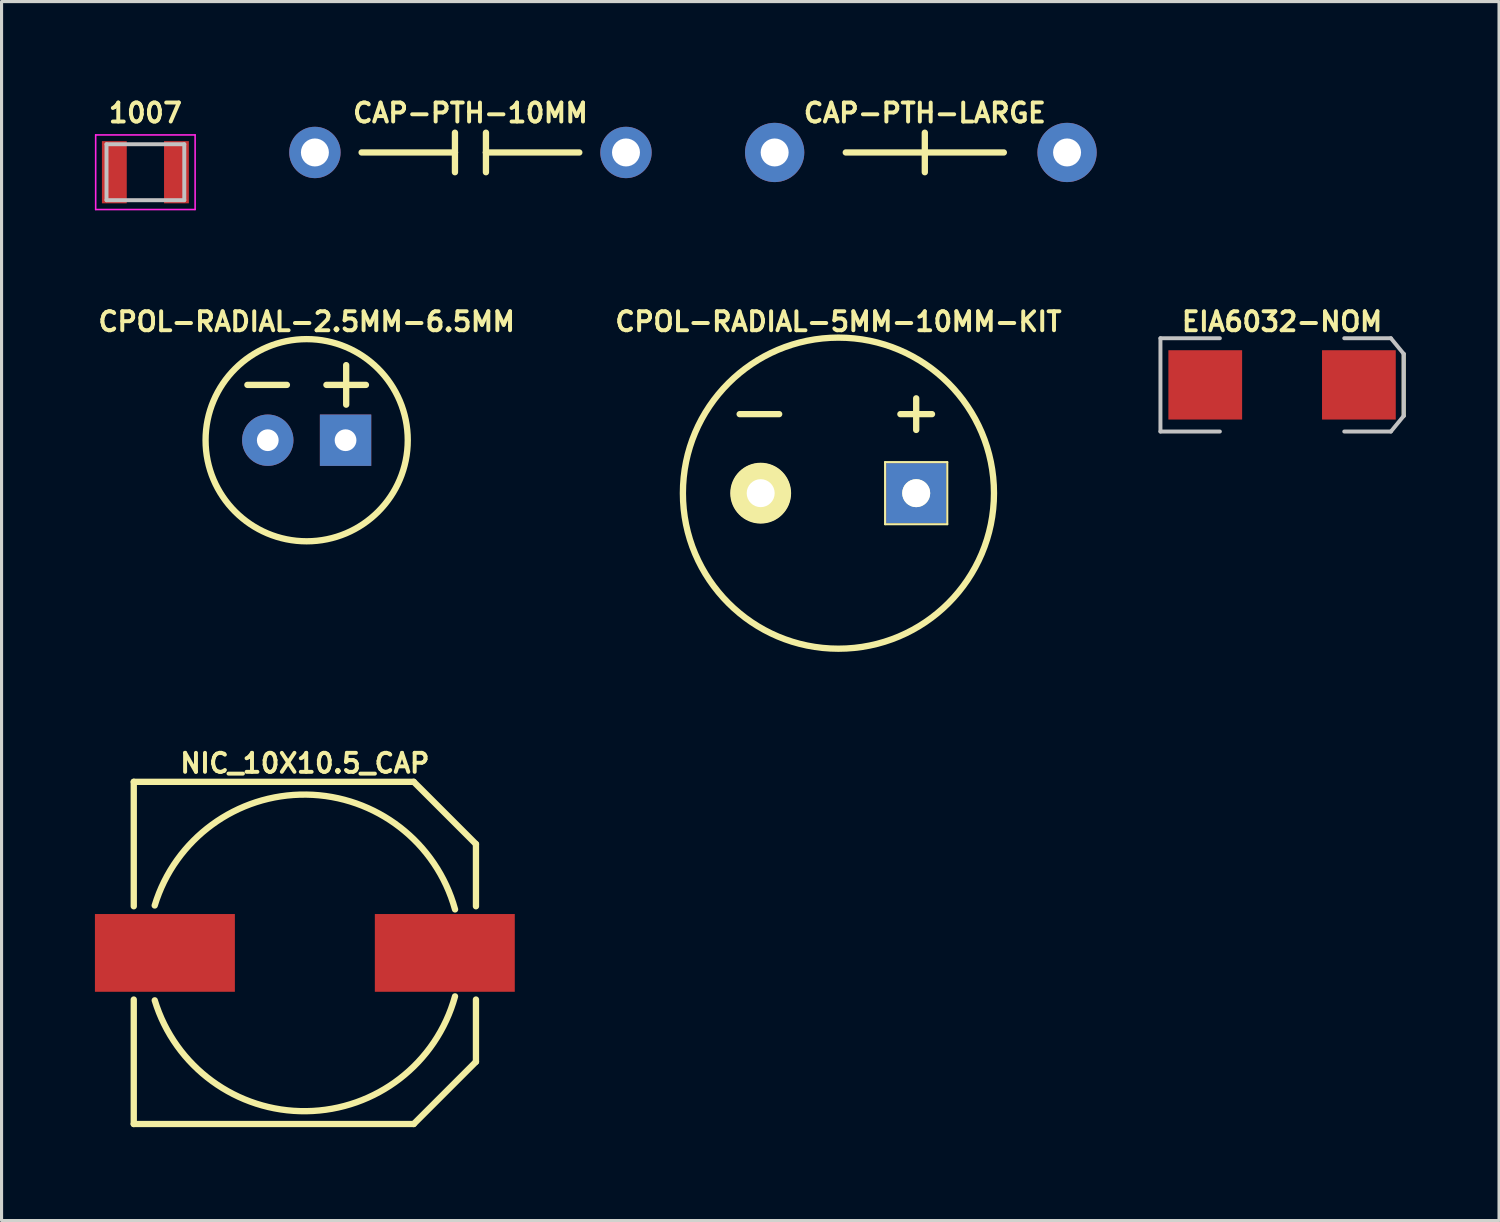
<source format=kicad_pcb>
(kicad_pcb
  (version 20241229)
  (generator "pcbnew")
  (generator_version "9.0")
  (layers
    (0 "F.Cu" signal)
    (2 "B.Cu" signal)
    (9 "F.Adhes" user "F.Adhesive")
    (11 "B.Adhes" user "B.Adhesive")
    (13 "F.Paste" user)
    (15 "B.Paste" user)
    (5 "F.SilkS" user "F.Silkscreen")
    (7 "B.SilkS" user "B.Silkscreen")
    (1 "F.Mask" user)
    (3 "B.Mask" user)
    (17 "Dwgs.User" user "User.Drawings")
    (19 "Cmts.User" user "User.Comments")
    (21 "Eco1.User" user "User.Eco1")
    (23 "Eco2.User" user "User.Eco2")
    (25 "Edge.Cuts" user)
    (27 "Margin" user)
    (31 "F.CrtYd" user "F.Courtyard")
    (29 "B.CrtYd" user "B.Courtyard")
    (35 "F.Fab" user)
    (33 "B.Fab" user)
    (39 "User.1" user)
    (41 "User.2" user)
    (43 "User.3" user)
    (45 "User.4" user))
  (footprint "CPOL-RADIAL-5MM-10MM-KIT"
    (layer "F.Cu")
    (at 23.897 12.8)
    (property "Reference" "CPOL-RADIAL-5MM-10MM-KIT" (at 0 -5.512 0) (layer "F.SilkS") (effects (font (size 0.61 0.61) (thickness 0.127))))
    (attr exclude_from_pos_files exclude_from_bom)
    (fp_line (start -1.905 -2.54) (end -3.175 -2.54) (stroke (width 0.203) (type solid)) (layer "F.SilkS"))
    (fp_line (start 1.499 -0.998) (end 3.498 -0.998) (stroke (width 0.066) (type solid)) (layer "F.SilkS"))
    (fp_line (start 1.499 0.998) (end 1.499 -0.998) (stroke (width 0.066) (type solid)) (layer "F.SilkS"))
    (fp_line (start 1.499 0.998) (end 3.498 0.998) (stroke (width 0.066) (type solid)) (layer "F.SilkS"))
    (fp_line (start 2.499 -3.048) (end 2.499 -2.032) (stroke (width 0.203) (type solid)) (layer "F.SilkS"))
    (fp_line (start 3.007 -2.54) (end 1.991 -2.54) (stroke (width 0.203) (type solid)) (layer "F.SilkS"))
    (fp_line (start 3.498 0.998) (end 3.498 -0.998) (stroke (width 0.066) (type solid)) (layer "F.SilkS"))
    (fp_circle (center -2.499 0) (end -2.499 -0.978) (stroke (width 0) (type solid)) (fill yes) (layer "F.SilkS"))
    (fp_circle (center -2.499 0) (end -2.499 -0.447) (stroke (width 0) (type solid)) (fill yes) (layer "F.SilkS"))
    (fp_circle (center 0 0) (end 0 -4.999) (stroke (width 0.203) (type solid)) (fill no) (layer "F.SilkS"))
    (fp_circle (center 2.499 0) (end 2.499 -0.45) (stroke (width 0) (type solid)) (fill yes) (layer "F.SilkS"))
    (pad "+" thru_hole rect (at 2.499 0) (size 1.93 1.93) (drill 0.899) (layers "*.Cu" "*.Mask"))
    (pad "-" thru_hole circle (at -2.499 0) (size 1.93 1.93) (drill 0.899) (layers "*.Cu" "*.Mask")))
  (footprint "CAP-PTH-LARGE"
    (layer "F.Cu")
    (at 26.673 1.85)
    (property "Reference" "CAP-PTH-LARGE" (at 0 -1.27 0) (layer "F.SilkS") (effects (font (size 0.61 0.61) (thickness 0.127))))
    (attr exclude_from_pos_files exclude_from_bom)
    (fp_line (start 0 -0.635) (end 0 0) (stroke (width 0.203) (type solid)) (layer "F.SilkS"))
    (fp_line (start 0 0) (end -2.54 0) (stroke (width 0.203) (type solid)) (layer "F.SilkS"))
    (fp_line (start 0 0) (end 0 0.635) (stroke (width 0.203) (type solid)) (layer "F.SilkS"))
    (fp_line (start 0 0) (end 2.54 0) (stroke (width 0.203) (type solid)) (layer "F.SilkS"))
    (pad "1" thru_hole circle (at -4.826 0) (size 1.905 1.905) (drill 0.899) (layers "*.Cu" "*.Mask"))
    (pad "2" thru_hole circle (at 4.572 0) (size 1.905 1.905) (drill 0.899) (layers "*.Cu" "*.Mask")))
  (footprint "1007"
    (layer "F.Cu")
    (at 1.623 2.485)
    (property "Reference" "1007" (at 0 -1.905 0) (layer "F.SilkS") (effects (font (size 0.61 0.61) (thickness 0.127))))
    (attr smd)
    (fp_line (start -1.25 -0.899) (end -1.25 0.899) (stroke (width 0.127) (type solid)) (layer "Dwgs.User"))
    (fp_line (start -1.25 0.899) (end 1.25 0.899) (stroke (width 0.127) (type solid)) (layer "Dwgs.User"))
    (fp_line (start 1.25 -0.899) (end -1.25 -0.899) (stroke (width 0.127) (type solid)) (layer "Dwgs.User"))
    (fp_line (start 1.25 0.899) (end 1.25 -0.899) (stroke (width 0.127) (type solid)) (layer "Dwgs.User"))
    (fp_line (start -1.598 -1.199) (end 1.598 -1.199) (stroke (width 0.051) (type solid)) (layer "F.CrtYd"))
    (fp_line (start -1.598 1.199) (end -1.598 -1.199) (stroke (width 0.051) (type solid)) (layer "F.CrtYd"))
    (fp_line (start 1.598 -1.199) (end 1.598 1.199) (stroke (width 0.051) (type solid)) (layer "F.CrtYd"))
    (fp_line (start 1.598 1.199) (end -1.598 1.199) (stroke (width 0.051) (type solid)) (layer "F.CrtYd"))
    (pad "1" smd rect (at -0.998 0 90) (size 1.999 0.798) (layers "F.Cu" "F.Mask" "F.Paste"))
    (pad "2" smd rect (at 0.998 0 90) (size 1.999 0.798) (layers "F.Cu" "F.Mask" "F.Paste")))
  (footprint "NIC_10X10.5_CAP"
    (layer "F.Cu")
    (at 6.748 27.576)
    (property "Reference" "NIC_10X10.5_CAP" (at 0 -6.096 0) (layer "F.SilkS") (effects (font (size 0.61 0.61) (thickness 0.127))))
    (attr smd)
    (fp_line (start -5.499 -5.499) (end 3.498 -5.499) (stroke (width 0.203) (type solid)) (layer "F.SilkS"))
    (fp_line (start -5.499 -1.499) (end -5.499 -5.499) (stroke (width 0.203) (type solid)) (layer "F.SilkS"))
    (fp_line (start -5.499 5.499) (end -5.499 1.499) (stroke (width 0.203) (type solid)) (layer "F.SilkS"))
    (fp_line (start -5.499 5.499) (end 3.498 5.499) (stroke (width 0.203) (type solid)) (layer "F.SilkS"))
    (fp_line (start 3.498 -5.499) (end 5.499 -3.498) (stroke (width 0.203) (type solid)) (layer "F.SilkS"))
    (fp_line (start 5.499 -3.498) (end 5.499 -1.499) (stroke (width 0.203) (type solid)) (layer "F.SilkS"))
    (fp_line (start 5.499 3.498) (end 3.498 5.499) (stroke (width 0.203) (type solid)) (layer "F.SilkS"))
    (fp_line (start 5.499 3.498) (end 5.499 1.499) (stroke (width 0.203) (type solid)) (layer "F.SilkS"))
    (fp_arc (start -4.826 -1.524) (mid 0.047663 -5.088215) (end 4.826846 -1.398279) (stroke (width 0.2032) (type solid)) (layer "F.SilkS"))
    (fp_arc (start 4.826 1.397) (mid 0.048656 5.087046) (end -4.824601 1.524629) (stroke (width 0.2032) (type solid)) (layer "F.SilkS"))
    (pad "+" smd rect (at 4.498 0) (size 4.498 2.499) (layers "F.Cu" "F.Mask" "F.Paste"))
    (pad "-" smd rect (at -4.498 0) (size 4.498 2.499) (layers "F.Cu" "F.Mask" "F.Paste")))
  (footprint "CPOL-RADIAL-2.5MM-6.5MM"
    (layer "F.Cu")
    (at 6.806 11.098)
    (property "Reference" "CPOL-RADIAL-2.5MM-6.5MM" (at 0 -3.81 0) (layer "F.SilkS") (effects (font (size 0.61 0.61) (thickness 0.127))))
    (attr exclude_from_pos_files exclude_from_bom)
    (fp_line (start -0.635 -1.778) (end -1.905 -1.778) (stroke (width 0.203) (type solid)) (layer "F.SilkS"))
    (fp_line (start 1.27 -2.413) (end 1.27 -1.143) (stroke (width 0.203) (type solid)) (layer "F.SilkS"))
    (fp_line (start 1.905 -1.778) (end 0.635 -1.778) (stroke (width 0.203) (type solid)) (layer "F.SilkS"))
    (fp_circle (center 0 0) (end 0 -3.249) (stroke (width 0.203) (type solid)) (fill no) (layer "F.SilkS"))
    (pad "1" thru_hole rect (at 1.25 0) (size 1.651 1.651) (drill 0.699) (layers "*.Cu" "*.Mask"))
    (pad "2" thru_hole circle (at -1.25 0) (size 1.651 1.651) (drill 0.699) (layers "*.Cu" "*.Mask")))
  (footprint "EIA6032-NOM"
    (layer "F.Cu")
    (at 38.155 9.32)
    (property "Reference" "EIA6032-NOM" (at 0 -2.032 0) (layer "F.SilkS") (effects (font (size 0.61 0.61) (thickness 0.127))))
    (attr smd)
    (fp_line (start 3.909 -0.998) (end 3.909 0.998) (stroke (width 0.127) (type solid)) (layer "F.SilkS"))
    (fp_line (start -3.909 -1.499) (end -3.909 1.499) (stroke (width 0.127) (type solid)) (layer "Dwgs.User"))
    (fp_line (start -3.909 -1.499) (end -1.999 -1.499) (stroke (width 0.127) (type solid)) (layer "Dwgs.User"))
    (fp_line (start -3.909 1.499) (end -1.999 1.499) (stroke (width 0.127) (type solid)) (layer "Dwgs.User"))
    (fp_line (start 1.999 -1.499) (end 3.498 -1.499) (stroke (width 0.127) (type solid)) (layer "Dwgs.User"))
    (fp_line (start 3.498 -1.499) (end 3.909 -0.998) (stroke (width 0.127) (type solid)) (layer "Dwgs.User"))
    (fp_line (start 3.498 1.499) (end 1.999 1.499) (stroke (width 0.127) (type solid)) (layer "Dwgs.User"))
    (fp_line (start 3.909 -0.998) (end 3.909 0.998) (stroke (width 0.127) (type solid)) (layer "Dwgs.User"))
    (fp_line (start 3.909 0.998) (end 3.498 1.499) (stroke (width 0.127) (type solid)) (layer "Dwgs.User"))
    (pad "A" smd rect (at 2.469 0 180) (size 2.37 2.228) (layers "F.Cu" "F.Mask" "F.Paste"))
    (pad "C" smd rect (at -2.469 0 180) (size 2.37 2.228) (layers "F.Cu" "F.Mask" "F.Paste")))
  (footprint "CAP-PTH-10MM"
    (layer "F.Cu")
    (at 12.07 1.85)
    (property "Reference" "CAP-PTH-10MM" (at 0 -1.27 0) (layer "F.SilkS") (effects (font (size 0.61 0.61) (thickness 0.127))))
    (attr exclude_from_pos_files exclude_from_bom)
    (fp_line (start -0.498 -0.635) (end -0.498 0) (stroke (width 0.203) (type solid)) (layer "F.SilkS"))
    (fp_line (start -0.498 0) (end -3.498 0) (stroke (width 0.203) (type solid)) (layer "F.SilkS"))
    (fp_line (start -0.498 0) (end -0.498 0.635) (stroke (width 0.203) (type solid)) (layer "F.SilkS"))
    (fp_line (start 0.498 -0.635) (end 0.498 0) (stroke (width 0.203) (type solid)) (layer "F.SilkS"))
    (fp_line (start 0.498 0) (end 0.498 0.635) (stroke (width 0.203) (type solid)) (layer "F.SilkS"))
    (fp_line (start 0.498 0) (end 3.498 0) (stroke (width 0.203) (type solid)) (layer "F.SilkS"))
    (pad "1" thru_hole circle (at -4.999 0) (size 1.651 1.651) (drill 0.899) (layers "*.Cu" "*.Mask"))
    (pad "2" thru_hole circle (at 4.999 0) (size 1.651 1.651) (drill 0.899) (layers "*.Cu" "*.Mask")))
  (gr_rect
    (start -3 -3)
    (end 45.128 36.177)
    (stroke (width 0.1) (type default))
    (fill no)
    (layer "Edge.Cuts")))
</source>
